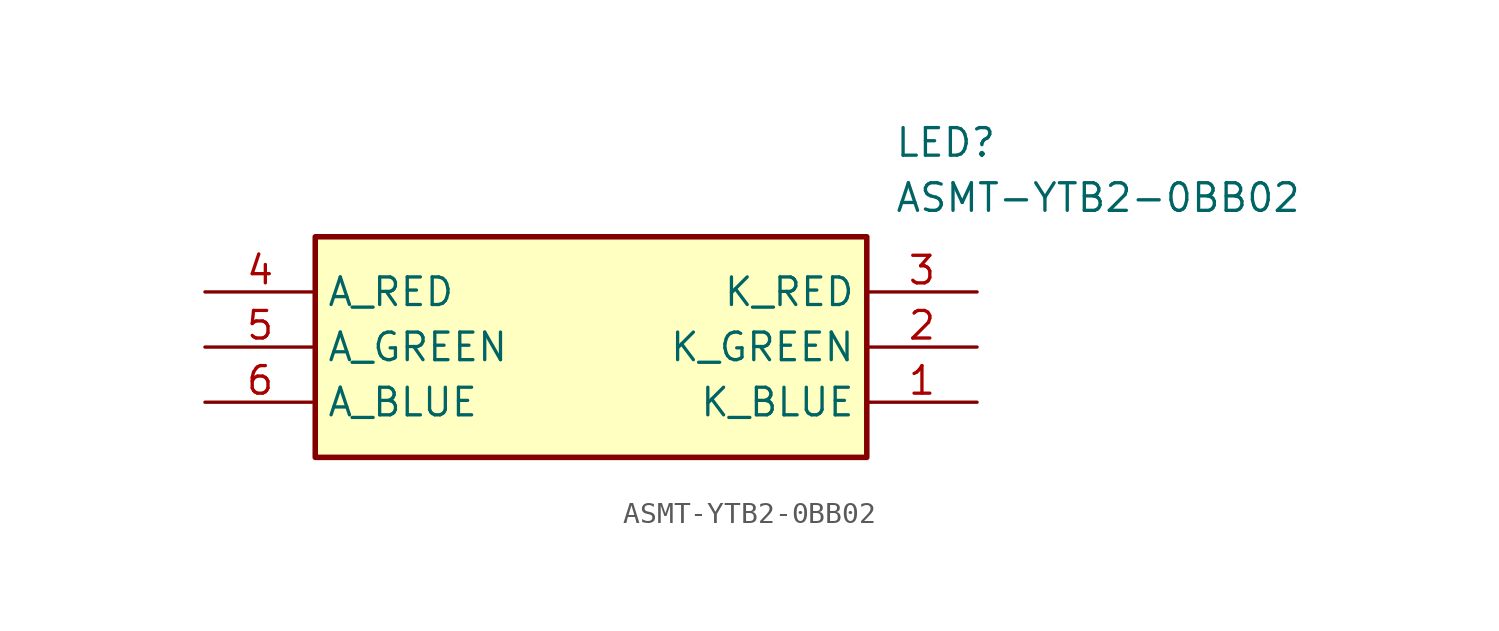
<source format=kicad_sym>
(kicad_symbol_lib
  (version 20211014)
  (generator SamacSys_ECAD_Model)
  (symbol "ASMT-YTB2-0BB02"
    (property "Reference" "LED"
      (at 31.75 7.62 0)
      (effects (font (size 1.27 1.27)) (justify left top)))
    (property "Value" "ASMT-YTB2-0BB02"
      (at 31.75 5.08 0)
      (effects (font (size 1.27 1.27)) (justify left top)))
    (rectangle
      (start 5.08 2.54)
      (end 30.48 -7.62)
      (stroke (width 0.254) (type default))
      (fill (type background)))
    (pin passive line
      (at 35.56 -5.08 180)
      (length 5.08)
      (name "K_BLUE" (effects (font (size 1.27 1.27))))
      (number "1" (effects (font (size 1.27 1.27)))))
    (pin passive line
      (at 35.56 -2.54 180)
      (length 5.08)
      (name "K_GREEN" (effects (font (size 1.27 1.27))))
      (number "2" (effects (font (size 1.27 1.27)))))
    (pin passive line
      (at 35.56 0 180)
      (length 5.08)
      (name "K_RED" (effects (font (size 1.27 1.27))))
      (number "3" (effects (font (size 1.27 1.27)))))
    (pin passive line
      (at 0 0 0)
      (length 5.08)
      (name "A_RED" (effects (font (size 1.27 1.27))))
      (number "4" (effects (font (size 1.27 1.27)))))
    (pin passive line
      (at 0 -2.54 0)
      (length 5.08)
      (name "A_GREEN" (effects (font (size 1.27 1.27))))
      (number "5" (effects (font (size 1.27 1.27)))))
    (pin passive line
      (at 0 -5.08 0)
      (length 5.08)
      (name "A_BLUE" (effects (font (size 1.27 1.27))))
      (number "6" (effects (font (size 1.27 1.27)))))))
</source>
